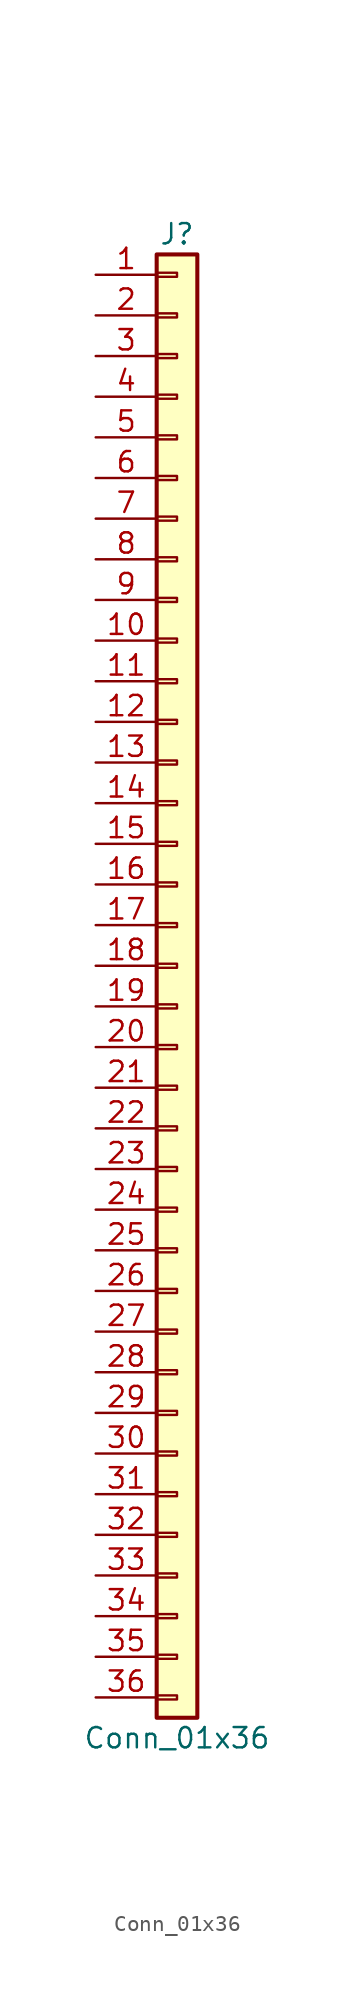
<source format=kicad_sym>
(kicad_symbol_lib
  (version 20211014)
  (generator kicad_symbol_editor)
  (symbol "Conn_01x36"
    (pin_names
      (offset 1.016) hide)
    (property "Reference" "J"
      (at 0 45.72 0)
      (effects (font (size 1.27 1.27))))
    (property "Value" "Conn_01x36"
      (at 0 -48.26 0)
      (effects (font (size 1.27 1.27))))
    (symbol "Conn_01x36_1_1"
      (rectangle (start -1.27 -45.593) (end 0 -45.847) (stroke (width 0.152) (type default) (color 0 0 0 0)) (fill (type none)))
      (rectangle (start -1.27 -43.053) (end 0 -43.307) (stroke (width 0.152) (type default) (color 0 0 0 0)) (fill (type none)))
      (rectangle (start -1.27 -40.513) (end 0 -40.767) (stroke (width 0.152) (type default) (color 0 0 0 0)) (fill (type none)))
      (rectangle (start -1.27 -37.973) (end 0 -38.227) (stroke (width 0.152) (type default) (color 0 0 0 0)) (fill (type none)))
      (rectangle (start -1.27 -35.433) (end 0 -35.687) (stroke (width 0.152) (type default) (color 0 0 0 0)) (fill (type none)))
      (rectangle (start -1.27 -32.893) (end 0 -33.147) (stroke (width 0.152) (type default) (color 0 0 0 0)) (fill (type none)))
      (rectangle (start -1.27 -30.353) (end 0 -30.607) (stroke (width 0.152) (type default) (color 0 0 0 0)) (fill (type none)))
      (rectangle (start -1.27 -27.813) (end 0 -28.067) (stroke (width 0.152) (type default) (color 0 0 0 0)) (fill (type none)))
      (rectangle (start -1.27 -25.273) (end 0 -25.527) (stroke (width 0.152) (type default) (color 0 0 0 0)) (fill (type none)))
      (rectangle (start -1.27 -22.733) (end 0 -22.987) (stroke (width 0.152) (type default) (color 0 0 0 0)) (fill (type none)))
      (rectangle (start -1.27 -20.193) (end 0 -20.447) (stroke (width 0.152) (type default) (color 0 0 0 0)) (fill (type none)))
      (rectangle (start -1.27 -17.653) (end 0 -17.907) (stroke (width 0.152) (type default) (color 0 0 0 0)) (fill (type none)))
      (rectangle (start -1.27 -15.113) (end 0 -15.367) (stroke (width 0.152) (type default) (color 0 0 0 0)) (fill (type none)))
      (rectangle (start -1.27 -12.573) (end 0 -12.827) (stroke (width 0.152) (type default) (color 0 0 0 0)) (fill (type none)))
      (rectangle (start -1.27 -10.033) (end 0 -10.287) (stroke (width 0.152) (type default) (color 0 0 0 0)) (fill (type none)))
      (rectangle (start -1.27 -7.493) (end 0 -7.747) (stroke (width 0.152) (type default) (color 0 0 0 0)) (fill (type none)))
      (rectangle (start -1.27 -4.953) (end 0 -5.207) (stroke (width 0.152) (type default) (color 0 0 0 0)) (fill (type none)))
      (rectangle (start -1.27 -2.413) (end 0 -2.667) (stroke (width 0.152) (type default) (color 0 0 0 0)) (fill (type none)))
      (rectangle (start -1.27 0.127) (end 0 -0.127) (stroke (width 0.152) (type default) (color 0 0 0 0)) (fill (type none)))
      (rectangle (start -1.27 2.667) (end 0 2.413) (stroke (width 0.152) (type default) (color 0 0 0 0)) (fill (type none)))
      (rectangle (start -1.27 5.207) (end 0 4.953) (stroke (width 0.152) (type default) (color 0 0 0 0)) (fill (type none)))
      (rectangle (start -1.27 7.747) (end 0 7.493) (stroke (width 0.152) (type default) (color 0 0 0 0)) (fill (type none)))
      (rectangle (start -1.27 10.287) (end 0 10.033) (stroke (width 0.152) (type default) (color 0 0 0 0)) (fill (type none)))
      (rectangle (start -1.27 12.827) (end 0 12.573) (stroke (width 0.152) (type default) (color 0 0 0 0)) (fill (type none)))
      (rectangle (start -1.27 15.367) (end 0 15.113) (stroke (width 0.152) (type default) (color 0 0 0 0)) (fill (type none)))
      (rectangle (start -1.27 17.907) (end 0 17.653) (stroke (width 0.152) (type default) (color 0 0 0 0)) (fill (type none)))
      (rectangle (start -1.27 20.447) (end 0 20.193) (stroke (width 0.152) (type default) (color 0 0 0 0)) (fill (type none)))
      (rectangle (start -1.27 22.987) (end 0 22.733) (stroke (width 0.152) (type default) (color 0 0 0 0)) (fill (type none)))
      (rectangle (start -1.27 25.527) (end 0 25.273) (stroke (width 0.152) (type default) (color 0 0 0 0)) (fill (type none)))
      (rectangle (start -1.27 28.067) (end 0 27.813) (stroke (width 0.152) (type default) (color 0 0 0 0)) (fill (type none)))
      (rectangle (start -1.27 30.607) (end 0 30.353) (stroke (width 0.152) (type default) (color 0 0 0 0)) (fill (type none)))
      (rectangle (start -1.27 33.147) (end 0 32.893) (stroke (width 0.152) (type default) (color 0 0 0 0)) (fill (type none)))
      (rectangle (start -1.27 35.687) (end 0 35.433) (stroke (width 0.152) (type default) (color 0 0 0 0)) (fill (type none)))
      (rectangle (start -1.27 38.227) (end 0 37.973) (stroke (width 0.152) (type default) (color 0 0 0 0)) (fill (type none)))
      (rectangle (start -1.27 40.767) (end 0 40.513) (stroke (width 0.152) (type default) (color 0 0 0 0)) (fill (type none)))
      (rectangle (start -1.27 43.307) (end 0 43.053) (stroke (width 0.152) (type default) (color 0 0 0 0)) (fill (type none)))
      (rectangle (start -1.27 44.45) (end 1.27 -46.99) (stroke (width 0.254) (type default) (color 0 0 0 0)) (fill (type background)))
      (pin passive line (at -5.08 43.18 0) (length 3.81) (name "Pin_1" (effects (font (size 1.27 1.27)))) (number "1" (effects (font (size 1.27 1.27)))))
      (pin passive line (at -5.08 20.32 0) (length 3.81) (name "Pin_10" (effects (font (size 1.27 1.27)))) (number "10" (effects (font (size 1.27 1.27)))))
      (pin passive line (at -5.08 17.78 0) (length 3.81) (name "Pin_11" (effects (font (size 1.27 1.27)))) (number "11" (effects (font (size 1.27 1.27)))))
      (pin passive line (at -5.08 15.24 0) (length 3.81) (name "Pin_12" (effects (font (size 1.27 1.27)))) (number "12" (effects (font (size 1.27 1.27)))))
      (pin passive line (at -5.08 12.7 0) (length 3.81) (name "Pin_13" (effects (font (size 1.27 1.27)))) (number "13" (effects (font (size 1.27 1.27)))))
      (pin passive line (at -5.08 10.16 0) (length 3.81) (name "Pin_14" (effects (font (size 1.27 1.27)))) (number "14" (effects (font (size 1.27 1.27)))))
      (pin passive line (at -5.08 7.62 0) (length 3.81) (name "Pin_15" (effects (font (size 1.27 1.27)))) (number "15" (effects (font (size 1.27 1.27)))))
      (pin passive line (at -5.08 5.08 0) (length 3.81) (name "Pin_16" (effects (font (size 1.27 1.27)))) (number "16" (effects (font (size 1.27 1.27)))))
      (pin passive line (at -5.08 2.54 0) (length 3.81) (name "Pin_17" (effects (font (size 1.27 1.27)))) (number "17" (effects (font (size 1.27 1.27)))))
      (pin passive line (at -5.08 0 0) (length 3.81) (name "Pin_18" (effects (font (size 1.27 1.27)))) (number "18" (effects (font (size 1.27 1.27)))))
      (pin passive line (at -5.08 -2.54 0) (length 3.81) (name "Pin_19" (effects (font (size 1.27 1.27)))) (number "19" (effects (font (size 1.27 1.27)))))
      (pin passive line (at -5.08 40.64 0) (length 3.81) (name "Pin_2" (effects (font (size 1.27 1.27)))) (number "2" (effects (font (size 1.27 1.27)))))
      (pin passive line (at -5.08 -5.08 0) (length 3.81) (name "Pin_20" (effects (font (size 1.27 1.27)))) (number "20" (effects (font (size 1.27 1.27)))))
      (pin passive line (at -5.08 -7.62 0) (length 3.81) (name "Pin_21" (effects (font (size 1.27 1.27)))) (number "21" (effects (font (size 1.27 1.27)))))
      (pin passive line (at -5.08 -10.16 0) (length 3.81) (name "Pin_22" (effects (font (size 1.27 1.27)))) (number "22" (effects (font (size 1.27 1.27)))))
      (pin passive line (at -5.08 -12.7 0) (length 3.81) (name "Pin_23" (effects (font (size 1.27 1.27)))) (number "23" (effects (font (size 1.27 1.27)))))
      (pin passive line (at -5.08 -15.24 0) (length 3.81) (name "Pin_24" (effects (font (size 1.27 1.27)))) (number "24" (effects (font (size 1.27 1.27)))))
      (pin passive line (at -5.08 -17.78 0) (length 3.81) (name "Pin_25" (effects (font (size 1.27 1.27)))) (number "25" (effects (font (size 1.27 1.27)))))
      (pin passive line (at -5.08 -20.32 0) (length 3.81) (name "Pin_26" (effects (font (size 1.27 1.27)))) (number "26" (effects (font (size 1.27 1.27)))))
      (pin passive line (at -5.08 -22.86 0) (length 3.81) (name "Pin_27" (effects (font (size 1.27 1.27)))) (number "27" (effects (font (size 1.27 1.27)))))
      (pin passive line (at -5.08 -25.4 0) (length 3.81) (name "Pin_28" (effects (font (size 1.27 1.27)))) (number "28" (effects (font (size 1.27 1.27)))))
      (pin passive line (at -5.08 -27.94 0) (length 3.81) (name "Pin_29" (effects (font (size 1.27 1.27)))) (number "29" (effects (font (size 1.27 1.27)))))
      (pin passive line (at -5.08 38.1 0) (length 3.81) (name "Pin_3" (effects (font (size 1.27 1.27)))) (number "3" (effects (font (size 1.27 1.27)))))
      (pin passive line (at -5.08 -30.48 0) (length 3.81) (name "Pin_30" (effects (font (size 1.27 1.27)))) (number "30" (effects (font (size 1.27 1.27)))))
      (pin passive line (at -5.08 -33.02 0) (length 3.81) (name "Pin_31" (effects (font (size 1.27 1.27)))) (number "31" (effects (font (size 1.27 1.27)))))
      (pin passive line (at -5.08 -35.56 0) (length 3.81) (name "Pin_32" (effects (font (size 1.27 1.27)))) (number "32" (effects (font (size 1.27 1.27)))))
      (pin passive line (at -5.08 -38.1 0) (length 3.81) (name "Pin_33" (effects (font (size 1.27 1.27)))) (number "33" (effects (font (size 1.27 1.27)))))
      (pin passive line (at -5.08 -40.64 0) (length 3.81) (name "Pin_34" (effects (font (size 1.27 1.27)))) (number "34" (effects (font (size 1.27 1.27)))))
      (pin passive line (at -5.08 -43.18 0) (length 3.81) (name "Pin_35" (effects (font (size 1.27 1.27)))) (number "35" (effects (font (size 1.27 1.27)))))
      (pin passive line (at -5.08 -45.72 0) (length 3.81) (name "Pin_36" (effects (font (size 1.27 1.27)))) (number "36" (effects (font (size 1.27 1.27)))))
      (pin passive line (at -5.08 35.56 0) (length 3.81) (name "Pin_4" (effects (font (size 1.27 1.27)))) (number "4" (effects (font (size 1.27 1.27)))))
      (pin passive line (at -5.08 33.02 0) (length 3.81) (name "Pin_5" (effects (font (size 1.27 1.27)))) (number "5" (effects (font (size 1.27 1.27)))))
      (pin passive line (at -5.08 30.48 0) (length 3.81) (name "Pin_6" (effects (font (size 1.27 1.27)))) (number "6" (effects (font (size 1.27 1.27)))))
      (pin passive line (at -5.08 27.94 0) (length 3.81) (name "Pin_7" (effects (font (size 1.27 1.27)))) (number "7" (effects (font (size 1.27 1.27)))))
      (pin passive line (at -5.08 25.4 0) (length 3.81) (name "Pin_8" (effects (font (size 1.27 1.27)))) (number "8" (effects (font (size 1.27 1.27)))))
      (pin passive line (at -5.08 22.86 0) (length 3.81) (name "Pin_9" (effects (font (size 1.27 1.27)))) (number "9" (effects (font (size 1.27 1.27))))))))
</source>
